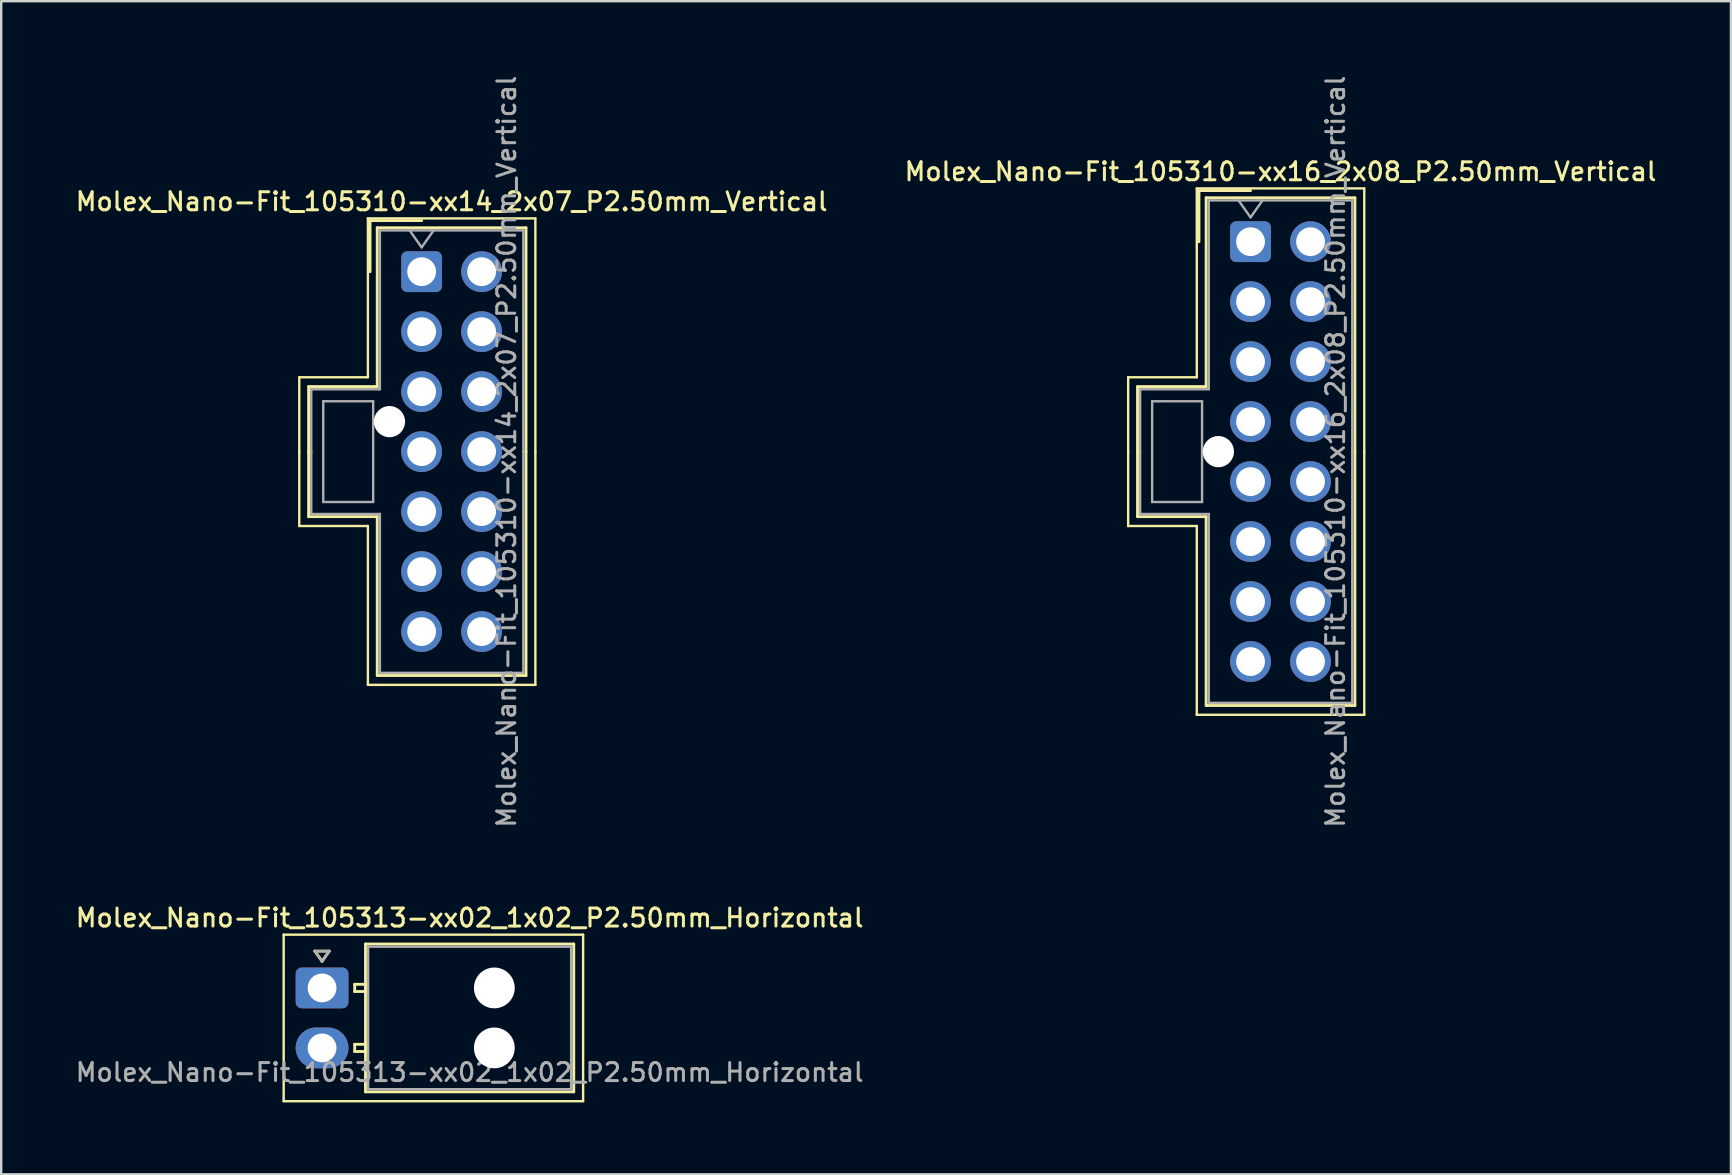
<source format=kicad_pcb>
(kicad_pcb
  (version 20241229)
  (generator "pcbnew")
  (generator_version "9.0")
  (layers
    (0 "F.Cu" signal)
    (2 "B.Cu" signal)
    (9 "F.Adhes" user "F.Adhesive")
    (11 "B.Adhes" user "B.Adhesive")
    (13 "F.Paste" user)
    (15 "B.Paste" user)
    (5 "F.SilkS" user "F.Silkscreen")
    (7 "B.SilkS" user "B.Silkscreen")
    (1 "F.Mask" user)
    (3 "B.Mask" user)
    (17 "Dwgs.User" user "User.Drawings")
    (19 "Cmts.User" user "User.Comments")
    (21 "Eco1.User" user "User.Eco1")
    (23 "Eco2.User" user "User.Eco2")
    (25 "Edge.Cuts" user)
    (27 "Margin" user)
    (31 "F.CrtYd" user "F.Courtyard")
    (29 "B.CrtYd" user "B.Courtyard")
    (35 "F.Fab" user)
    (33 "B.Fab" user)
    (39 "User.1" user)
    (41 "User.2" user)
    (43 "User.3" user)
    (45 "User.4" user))
  (footprint "Molex_Nano-Fit_105310-xx16_2x08_P2.50mm_Vertical"
    (layer "F.Cu")
    (at 49.07 7.023)
    (property "Reference" "Molex_Nano-Fit_105310-xx16_2x08_P2.50mm_Vertical" (at 1.25 -2.92 0) (layer "F.SilkS") (effects (font (size 0.75 0.75) (thickness 0.125))))
    (attr through_hole)
    (fp_line (start -5.1 5.65) (end -5.1 8.75) (stroke (width 0.1) (type solid)) (layer "F.SilkS"))
    (fp_line (start -5.1 11.85) (end -5.1 8.75) (stroke (width 0.1) (type solid)) (layer "F.SilkS"))
    (fp_line (start -4.71 6.04) (end -4.71 8.75) (stroke (width 0.12) (type solid)) (layer "F.SilkS"))
    (fp_line (start -4.71 11.46) (end -4.71 8.75) (stroke (width 0.12) (type solid)) (layer "F.SilkS"))
    (fp_line (start -2.24 -2.22) (end -2.24 5.65) (stroke (width 0.1) (type solid)) (layer "F.SilkS"))
    (fp_line (start -2.24 5.65) (end -5.1 5.65) (stroke (width 0.1) (type solid)) (layer "F.SilkS"))
    (fp_line (start -2.24 11.85) (end -5.1 11.85) (stroke (width 0.1) (type solid)) (layer "F.SilkS"))
    (fp_line (start -2.24 19.72) (end -2.24 11.85) (stroke (width 0.1) (type solid)) (layer "F.SilkS"))
    (fp_line (start -2.15 -2.13) (end -2.15 0) (stroke (width 0.12) (type solid)) (layer "F.SilkS"))
    (fp_line (start -1.85 -1.83) (end -1.85 6.04) (stroke (width 0.12) (type solid)) (layer "F.SilkS"))
    (fp_line (start -1.85 6.04) (end -4.71 6.04) (stroke (width 0.12) (type solid)) (layer "F.SilkS"))
    (fp_line (start -1.85 11.46) (end -4.71 11.46) (stroke (width 0.12) (type solid)) (layer "F.SilkS"))
    (fp_line (start -1.85 19.33) (end -1.85 11.46) (stroke (width 0.12) (type solid)) (layer "F.SilkS"))
    (fp_line (start 0 -2.13) (end -2.15 -2.13) (stroke (width 0.12) (type solid)) (layer "F.SilkS"))
    (fp_line (start 4.35 -1.83) (end -1.85 -1.83) (stroke (width 0.12) (type solid)) (layer "F.SilkS"))
    (fp_line (start 4.35 8.75) (end 4.35 -1.83) (stroke (width 0.12) (type solid)) (layer "F.SilkS"))
    (fp_line (start 4.35 8.75) (end 4.35 19.33) (stroke (width 0.12) (type solid)) (layer "F.SilkS"))
    (fp_line (start 4.35 19.33) (end -1.85 19.33) (stroke (width 0.12) (type solid)) (layer "F.SilkS"))
    (fp_line (start 4.74 -2.22) (end -2.24 -2.22) (stroke (width 0.1) (type solid)) (layer "F.SilkS"))
    (fp_line (start 4.74 8.75) (end 4.74 -2.22) (stroke (width 0.1) (type solid)) (layer "F.SilkS"))
    (fp_line (start 4.74 8.75) (end 4.74 19.72) (stroke (width 0.1) (type solid)) (layer "F.SilkS"))
    (fp_line (start 4.74 19.72) (end -2.24 19.72) (stroke (width 0.1) (type solid)) (layer "F.SilkS"))
    (fp_line (start -4.6 6.15) (end -4.6 8.75) (stroke (width 0.1) (type solid)) (layer "F.Fab"))
    (fp_line (start -4.6 11.35) (end -4.6 8.75) (stroke (width 0.1) (type solid)) (layer "F.Fab"))
    (fp_line (start -4.1 6.65) (end -4.1 10.85) (stroke (width 0.1) (type solid)) (layer "F.Fab"))
    (fp_line (start -4.1 10.85) (end -2.02 10.85) (stroke (width 0.1) (type solid)) (layer "F.Fab"))
    (fp_line (start -2.02 6.65) (end -4.1 6.65) (stroke (width 0.1) (type solid)) (layer "F.Fab"))
    (fp_line (start -2.02 10.85) (end -2.02 6.65) (stroke (width 0.1) (type solid)) (layer "F.Fab"))
    (fp_line (start -1.74 -1.72) (end -1.74 6.15) (stroke (width 0.1) (type solid)) (layer "F.Fab"))
    (fp_line (start -1.74 6.15) (end -4.6 6.15) (stroke (width 0.1) (type solid)) (layer "F.Fab"))
    (fp_line (start -1.74 11.35) (end -4.6 11.35) (stroke (width 0.1) (type solid)) (layer "F.Fab"))
    (fp_line (start -1.74 19.22) (end -1.74 11.35) (stroke (width 0.1) (type solid)) (layer "F.Fab"))
    (fp_line (start -0.5 -1.72) (end 0 -1.013) (stroke (width 0.1) (type solid)) (layer "F.Fab"))
    (fp_line (start 0 -1.013) (end 0.5 -1.72) (stroke (width 0.1) (type solid)) (layer "F.Fab"))
    (fp_line (start 4.24 -1.72) (end -1.74 -1.72) (stroke (width 0.1) (type solid)) (layer "F.Fab"))
    (fp_line (start 4.24 8.75) (end 4.24 -1.72) (stroke (width 0.1) (type solid)) (layer "F.Fab"))
    (fp_line (start 4.24 8.75) (end 4.24 19.22) (stroke (width 0.1) (type solid)) (layer "F.Fab"))
    (fp_line (start 4.24 19.22) (end -1.74 19.22) (stroke (width 0.1) (type solid)) (layer "F.Fab"))
    (fp_text user "${REFERENCE}" (at 3.54 8.75 90) (layer "F.Fab") (effects (font (size 0.75 0.75) (thickness 0.125))))
    (pad "" np_thru_hole circle (at -1.34 8.75) (size 1.3 1.3) (drill 1.3) (layers "*.Cu" "*.Mask"))
    (pad "1" thru_hole roundrect (at 0 0) (size 1.7 1.7) (drill 1.2) (layers "*.Cu" "*.Mask") (roundrect_rratio 0.147))
    (pad "2" thru_hole circle (at 0 2.5) (size 1.7 1.7) (drill 1.2) (layers "*.Cu" "*.Mask"))
    (pad "3" thru_hole circle (at 0 5) (size 1.7 1.7) (drill 1.2) (layers "*.Cu" "*.Mask"))
    (pad "4" thru_hole circle (at 0 7.5) (size 1.7 1.7) (drill 1.2) (layers "*.Cu" "*.Mask"))
    (pad "5" thru_hole circle (at 0 10) (size 1.7 1.7) (drill 1.2) (layers "*.Cu" "*.Mask"))
    (pad "6" thru_hole circle (at 0 12.5) (size 1.7 1.7) (drill 1.2) (layers "*.Cu" "*.Mask"))
    (pad "7" thru_hole circle (at 0 15) (size 1.7 1.7) (drill 1.2) (layers "*.Cu" "*.Mask"))
    (pad "8" thru_hole circle (at 0 17.5) (size 1.7 1.7) (drill 1.2) (layers "*.Cu" "*.Mask"))
    (pad "9" thru_hole circle (at 2.5 0) (size 1.7 1.7) (drill 1.2) (layers "*.Cu" "*.Mask"))
    (pad "10" thru_hole circle (at 2.5 2.5) (size 1.7 1.7) (drill 1.2) (layers "*.Cu" "*.Mask"))
    (pad "11" thru_hole circle (at 2.5 5) (size 1.7 1.7) (drill 1.2) (layers "*.Cu" "*.Mask"))
    (pad "12" thru_hole circle (at 2.5 7.5) (size 1.7 1.7) (drill 1.2) (layers "*.Cu" "*.Mask"))
    (pad "13" thru_hole circle (at 2.5 10) (size 1.7 1.7) (drill 1.2) (layers "*.Cu" "*.Mask"))
    (pad "14" thru_hole circle (at 2.5 12.5) (size 1.7 1.7) (drill 1.2) (layers "*.Cu" "*.Mask"))
    (pad "15" thru_hole circle (at 2.5 15) (size 1.7 1.7) (drill 1.2) (layers "*.Cu" "*.Mask"))
    (pad "16" thru_hole circle (at 2.5 17.5) (size 1.7 1.7) (drill 1.2) (layers "*.Cu" "*.Mask")))
  (footprint "Molex_Nano-Fit_105313-xx02_1x02_P2.50mm_Horizontal"
    (layer "F.Cu")
    (at 10.373 38.125)
    (property "Reference" "Molex_Nano-Fit_105313-xx02_1x02_P2.50mm_Horizontal" (at 6.15 -2.92 0) (layer "F.SilkS") (effects (font (size 0.75 0.75) (thickness 0.125))))
    (attr through_hole)
    (fp_line (start -1.6 -2.22) (end -1.6 4.72) (stroke (width 0.1) (type solid)) (layer "F.SilkS"))
    (fp_line (start -1.6 4.72) (end 10.88 4.72) (stroke (width 0.1) (type solid)) (layer "F.SilkS"))
    (fp_line (start -0.3 -1.534) (end 0 -1.11) (stroke (width 0.12) (type solid)) (layer "F.SilkS"))
    (fp_line (start 0 -1.11) (end 0.3 -1.534) (stroke (width 0.12) (type solid)) (layer "F.SilkS"))
    (fp_line (start 0.3 -1.534) (end -0.3 -1.534) (stroke (width 0.12) (type solid)) (layer "F.SilkS"))
    (fp_line (start 1.36 -0.15) (end 1.36 0.15) (stroke (width 0.12) (type solid)) (layer "F.SilkS"))
    (fp_line (start 1.36 0.15) (end 1.81 0.15) (stroke (width 0.12) (type solid)) (layer "F.SilkS"))
    (fp_line (start 1.36 2.35) (end 1.36 2.65) (stroke (width 0.12) (type solid)) (layer "F.SilkS"))
    (fp_line (start 1.36 2.65) (end 1.81 2.65) (stroke (width 0.12) (type solid)) (layer "F.SilkS"))
    (fp_line (start 1.81 -1.83) (end 1.81 4.33) (stroke (width 0.12) (type solid)) (layer "F.SilkS"))
    (fp_line (start 1.81 -0.15) (end 1.36 -0.15) (stroke (width 0.12) (type solid)) (layer "F.SilkS"))
    (fp_line (start 1.81 0.15) (end 1.81 -0.15) (stroke (width 0.12) (type solid)) (layer "F.SilkS"))
    (fp_line (start 1.81 2.35) (end 1.36 2.35) (stroke (width 0.12) (type solid)) (layer "F.SilkS"))
    (fp_line (start 1.81 2.65) (end 1.81 2.35) (stroke (width 0.12) (type solid)) (layer "F.SilkS"))
    (fp_line (start 1.81 4.33) (end 10.49 4.33) (stroke (width 0.12) (type solid)) (layer "F.SilkS"))
    (fp_line (start 10.49 -1.83) (end 1.81 -1.83) (stroke (width 0.12) (type solid)) (layer "F.SilkS"))
    (fp_line (start 10.49 4.33) (end 10.49 -1.83) (stroke (width 0.12) (type solid)) (layer "F.SilkS"))
    (fp_line (start 10.88 -2.22) (end -1.6 -2.22) (stroke (width 0.1) (type solid)) (layer "F.SilkS"))
    (fp_line (start 10.88 4.72) (end 10.88 -2.22) (stroke (width 0.1) (type solid)) (layer "F.SilkS"))
    (fp_line (start -0.3 -1.534) (end 0 -1.11) (stroke (width 0.1) (type solid)) (layer "F.Fab"))
    (fp_line (start 0 -1.11) (end 0.3 -1.534) (stroke (width 0.1) (type solid)) (layer "F.Fab"))
    (fp_line (start 0.3 -1.534) (end -0.3 -1.534) (stroke (width 0.1) (type solid)) (layer "F.Fab"))
    (fp_line (start 1.92 -1.72) (end 1.92 4.22) (stroke (width 0.1) (type solid)) (layer "F.Fab"))
    (fp_line (start 1.92 4.22) (end 10.38 4.22) (stroke (width 0.1) (type solid)) (layer "F.Fab"))
    (fp_line (start 10.38 -1.72) (end 1.92 -1.72) (stroke (width 0.1) (type solid)) (layer "F.Fab"))
    (fp_line (start 10.38 4.22) (end 10.38 -1.72) (stroke (width 0.1) (type solid)) (layer "F.Fab"))
    (fp_text user "${REFERENCE}" (at 6.15 3.52 0) (layer "F.Fab") (effects (font (size 0.75 0.75) (thickness 0.125))))
    (pad "" np_thru_hole circle (at 7.18 0) (size 1.7 1.7) (drill 1.7) (layers "*.Cu" "*.Mask"))
    (pad "" np_thru_hole circle (at 7.18 2.5) (size 1.7 1.7) (drill 1.7) (layers "*.Cu" "*.Mask"))
    (pad "1" thru_hole roundrect (at 0 0) (size 2.2 1.7) (drill 1.2) (layers "*.Cu" "*.Mask") (roundrect_rratio 0.147))
    (pad "2" thru_hole oval (at 0 2.5) (size 2.2 1.7) (drill 1.2) (layers "*.Cu" "*.Mask")))
  (footprint "Molex_Nano-Fit_105310-xx14_2x07_P2.50mm_Vertical"
    (layer "F.Cu")
    (at 14.523 8.273)
    (property "Reference" "Molex_Nano-Fit_105310-xx14_2x07_P2.50mm_Vertical" (at 1.25 -2.92 0) (layer "F.SilkS") (effects (font (size 0.75 0.75) (thickness 0.125))))
    (attr through_hole)
    (fp_line (start -5.1 4.4) (end -5.1 7.5) (stroke (width 0.1) (type solid)) (layer "F.SilkS"))
    (fp_line (start -5.1 10.6) (end -5.1 7.5) (stroke (width 0.1) (type solid)) (layer "F.SilkS"))
    (fp_line (start -4.71 4.79) (end -4.71 7.5) (stroke (width 0.12) (type solid)) (layer "F.SilkS"))
    (fp_line (start -4.71 10.21) (end -4.71 7.5) (stroke (width 0.12) (type solid)) (layer "F.SilkS"))
    (fp_line (start -2.24 -2.22) (end -2.24 4.4) (stroke (width 0.1) (type solid)) (layer "F.SilkS"))
    (fp_line (start -2.24 4.4) (end -5.1 4.4) (stroke (width 0.1) (type solid)) (layer "F.SilkS"))
    (fp_line (start -2.24 10.6) (end -5.1 10.6) (stroke (width 0.1) (type solid)) (layer "F.SilkS"))
    (fp_line (start -2.24 17.22) (end -2.24 10.6) (stroke (width 0.1) (type solid)) (layer "F.SilkS"))
    (fp_line (start -2.15 -2.13) (end -2.15 0) (stroke (width 0.12) (type solid)) (layer "F.SilkS"))
    (fp_line (start -1.85 -1.83) (end -1.85 4.79) (stroke (width 0.12) (type solid)) (layer "F.SilkS"))
    (fp_line (start -1.85 4.79) (end -4.71 4.79) (stroke (width 0.12) (type solid)) (layer "F.SilkS"))
    (fp_line (start -1.85 10.21) (end -4.71 10.21) (stroke (width 0.12) (type solid)) (layer "F.SilkS"))
    (fp_line (start -1.85 16.83) (end -1.85 10.21) (stroke (width 0.12) (type solid)) (layer "F.SilkS"))
    (fp_line (start 0 -2.13) (end -2.15 -2.13) (stroke (width 0.12) (type solid)) (layer "F.SilkS"))
    (fp_line (start 4.35 -1.83) (end -1.85 -1.83) (stroke (width 0.12) (type solid)) (layer "F.SilkS"))
    (fp_line (start 4.35 7.5) (end 4.35 -1.83) (stroke (width 0.12) (type solid)) (layer "F.SilkS"))
    (fp_line (start 4.35 7.5) (end 4.35 16.83) (stroke (width 0.12) (type solid)) (layer "F.SilkS"))
    (fp_line (start 4.35 16.83) (end -1.85 16.83) (stroke (width 0.12) (type solid)) (layer "F.SilkS"))
    (fp_line (start 4.74 -2.22) (end -2.24 -2.22) (stroke (width 0.1) (type solid)) (layer "F.SilkS"))
    (fp_line (start 4.74 7.5) (end 4.74 -2.22) (stroke (width 0.1) (type solid)) (layer "F.SilkS"))
    (fp_line (start 4.74 7.5) (end 4.74 17.22) (stroke (width 0.1) (type solid)) (layer "F.SilkS"))
    (fp_line (start 4.74 17.22) (end -2.24 17.22) (stroke (width 0.1) (type solid)) (layer "F.SilkS"))
    (fp_line (start -4.6 4.9) (end -4.6 7.5) (stroke (width 0.1) (type solid)) (layer "F.Fab"))
    (fp_line (start -4.6 10.1) (end -4.6 7.5) (stroke (width 0.1) (type solid)) (layer "F.Fab"))
    (fp_line (start -4.1 5.4) (end -4.1 9.6) (stroke (width 0.1) (type solid)) (layer "F.Fab"))
    (fp_line (start -4.1 9.6) (end -2.02 9.6) (stroke (width 0.1) (type solid)) (layer "F.Fab"))
    (fp_line (start -2.02 5.4) (end -4.1 5.4) (stroke (width 0.1) (type solid)) (layer "F.Fab"))
    (fp_line (start -2.02 9.6) (end -2.02 5.4) (stroke (width 0.1) (type solid)) (layer "F.Fab"))
    (fp_line (start -1.74 -1.72) (end -1.74 4.9) (stroke (width 0.1) (type solid)) (layer "F.Fab"))
    (fp_line (start -1.74 4.9) (end -4.6 4.9) (stroke (width 0.1) (type solid)) (layer "F.Fab"))
    (fp_line (start -1.74 10.1) (end -4.6 10.1) (stroke (width 0.1) (type solid)) (layer "F.Fab"))
    (fp_line (start -1.74 16.72) (end -1.74 10.1) (stroke (width 0.1) (type solid)) (layer "F.Fab"))
    (fp_line (start -0.5 -1.72) (end 0 -1.013) (stroke (width 0.1) (type solid)) (layer "F.Fab"))
    (fp_line (start 0 -1.013) (end 0.5 -1.72) (stroke (width 0.1) (type solid)) (layer "F.Fab"))
    (fp_line (start 4.24 -1.72) (end -1.74 -1.72) (stroke (width 0.1) (type solid)) (layer "F.Fab"))
    (fp_line (start 4.24 7.5) (end 4.24 -1.72) (stroke (width 0.1) (type solid)) (layer "F.Fab"))
    (fp_line (start 4.24 7.5) (end 4.24 16.72) (stroke (width 0.1) (type solid)) (layer "F.Fab"))
    (fp_line (start 4.24 16.72) (end -1.74 16.72) (stroke (width 0.1) (type solid)) (layer "F.Fab"))
    (fp_text user "${REFERENCE}" (at 3.54 7.5 90) (layer "F.Fab") (effects (font (size 0.75 0.75) (thickness 0.125))))
    (pad "" np_thru_hole circle (at -1.34 6.25) (size 1.3 1.3) (drill 1.3) (layers "*.Cu" "*.Mask"))
    (pad "1" thru_hole roundrect (at 0 0) (size 1.7 1.7) (drill 1.2) (layers "*.Cu" "*.Mask") (roundrect_rratio 0.147))
    (pad "2" thru_hole circle (at 0 2.5) (size 1.7 1.7) (drill 1.2) (layers "*.Cu" "*.Mask"))
    (pad "3" thru_hole circle (at 0 5) (size 1.7 1.7) (drill 1.2) (layers "*.Cu" "*.Mask"))
    (pad "4" thru_hole circle (at 0 7.5) (size 1.7 1.7) (drill 1.2) (layers "*.Cu" "*.Mask"))
    (pad "5" thru_hole circle (at 0 10) (size 1.7 1.7) (drill 1.2) (layers "*.Cu" "*.Mask"))
    (pad "6" thru_hole circle (at 0 12.5) (size 1.7 1.7) (drill 1.2) (layers "*.Cu" "*.Mask"))
    (pad "7" thru_hole circle (at 0 15) (size 1.7 1.7) (drill 1.2) (layers "*.Cu" "*.Mask"))
    (pad "8" thru_hole circle (at 2.5 0) (size 1.7 1.7) (drill 1.2) (layers "*.Cu" "*.Mask"))
    (pad "9" thru_hole circle (at 2.5 2.5) (size 1.7 1.7) (drill 1.2) (layers "*.Cu" "*.Mask"))
    (pad "10" thru_hole circle (at 2.5 5) (size 1.7 1.7) (drill 1.2) (layers "*.Cu" "*.Mask"))
    (pad "11" thru_hole circle (at 2.5 7.5) (size 1.7 1.7) (drill 1.2) (layers "*.Cu" "*.Mask"))
    (pad "12" thru_hole circle (at 2.5 10) (size 1.7 1.7) (drill 1.2) (layers "*.Cu" "*.Mask"))
    (pad "13" thru_hole circle (at 2.5 12.5) (size 1.7 1.7) (drill 1.2) (layers "*.Cu" "*.Mask"))
    (pad "14" thru_hole circle (at 2.5 15) (size 1.7 1.7) (drill 1.2) (layers "*.Cu" "*.Mask")))
  (gr_rect
    (start -3 -3)
    (end 69.093 45.895)
    (stroke (width 0.1) (type default))
    (fill no)
    (layer "Edge.Cuts")))
</source>
